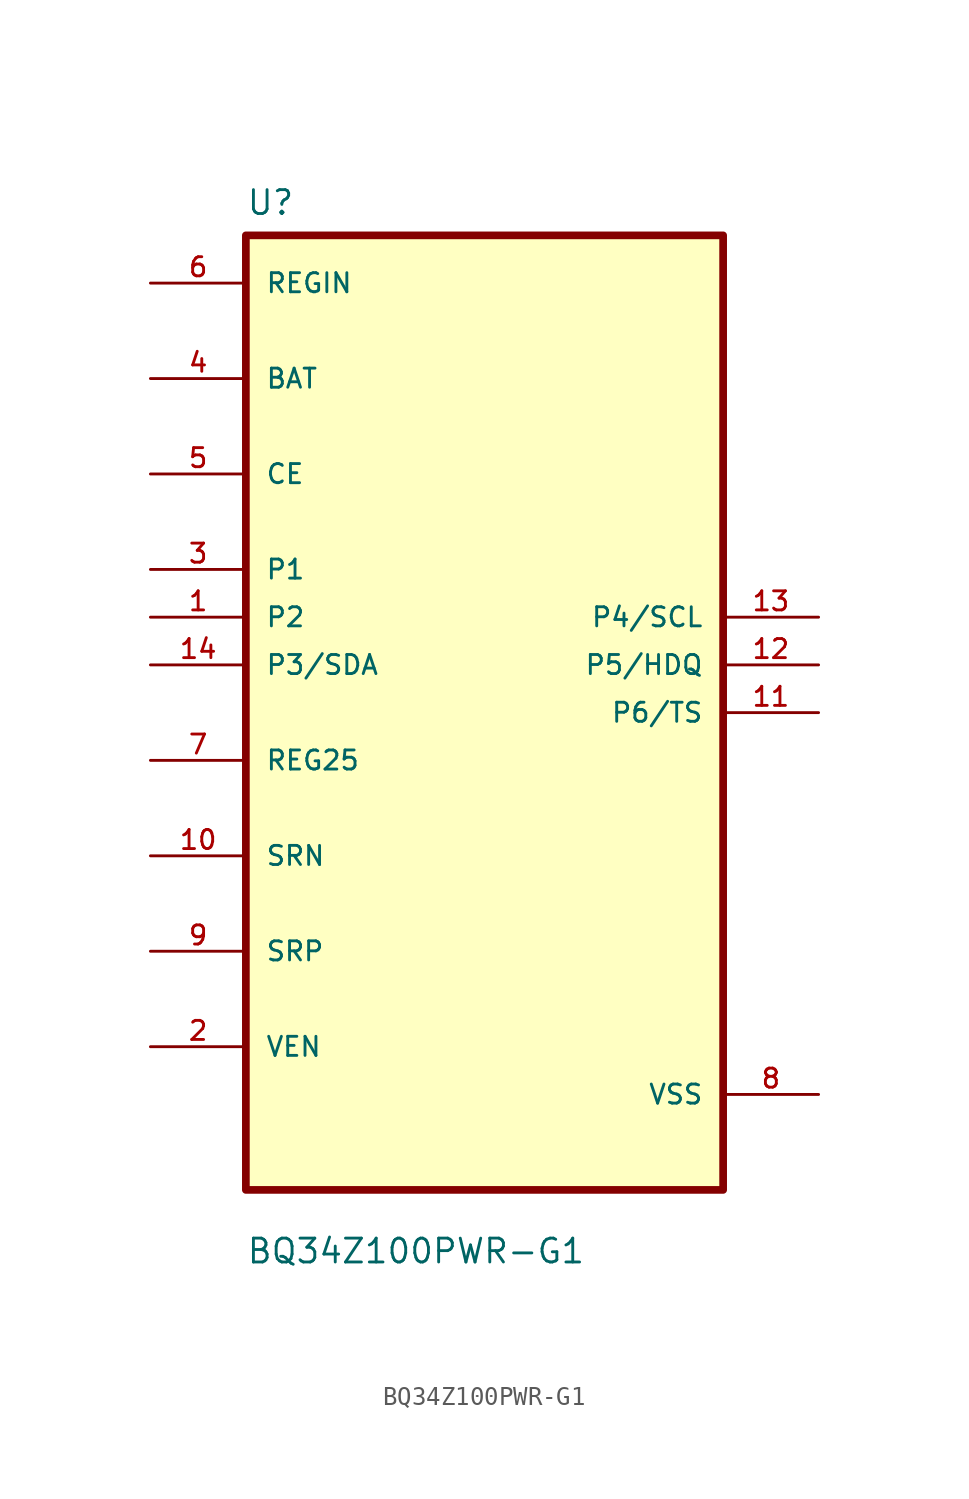
<source format=kicad_sym>
(kicad_symbol_lib
  (version 20211014)
  (generator kicad_symbol_editor)
  (symbol "BQ34Z100PWR-G1"
    (pin_names
      (offset 1.016))
    (property "Reference" "U"
      (at -12.7 26.4 0.0)
      (effects (font (size 1.27 1.27)) (justify bottom left)))
    (property "Value" "BQ34Z100PWR-G1"
      (at -12.7 -29.4 0.0)
      (effects (font (size 1.27 1.27)) (justify bottom left)))
    (symbol "BQ34Z100PWR-G1_0_0"
      (rectangle (start -12.7 -25.4) (end 12.7 25.4) (stroke (width 0.41)) (fill (type background)))
      (pin input line (at -17.78 22.86 0) (length 5.08) (name "REGIN" (effects (font (size 1.016 1.016)))) (number "6" (effects (font (size 1.016 1.016)))))
      (pin bidirectional line (at -17.78 17.78 0) (length 5.08) (name "BAT" (effects (font (size 1.016 1.016)))) (number "4" (effects (font (size 1.016 1.016)))))
      (pin bidirectional line (at -17.78 12.7 0) (length 5.08) (name "CE" (effects (font (size 1.016 1.016)))) (number "5" (effects (font (size 1.016 1.016)))))
      (pin bidirectional line (at -17.78 7.62 0) (length 5.08) (name "P1" (effects (font (size 1.016 1.016)))) (number "3" (effects (font (size 1.016 1.016)))))
      (pin bidirectional line (at -17.78 5.08 0) (length 5.08) (name "P2" (effects (font (size 1.016 1.016)))) (number "1" (effects (font (size 1.016 1.016)))))
      (pin bidirectional line (at -17.78 2.54 0) (length 5.08) (name "P3/SDA" (effects (font (size 1.016 1.016)))) (number "14" (effects (font (size 1.016 1.016)))))
      (pin bidirectional line (at -17.78 -2.54 0) (length 5.08) (name "REG25" (effects (font (size 1.016 1.016)))) (number "7" (effects (font (size 1.016 1.016)))))
      (pin bidirectional line (at -17.78 -7.62 0) (length 5.08) (name "SRN" (effects (font (size 1.016 1.016)))) (number "10" (effects (font (size 1.016 1.016)))))
      (pin bidirectional line (at -17.78 -12.7 0) (length 5.08) (name "SRP" (effects (font (size 1.016 1.016)))) (number "9" (effects (font (size 1.016 1.016)))))
      (pin bidirectional line (at -17.78 -17.78 0) (length 5.08) (name "VEN" (effects (font (size 1.016 1.016)))) (number "2" (effects (font (size 1.016 1.016)))))
      (pin bidirectional line (at 17.78 5.08 180.0) (length 5.08) (name "P4/SCL" (effects (font (size 1.016 1.016)))) (number "13" (effects (font (size 1.016 1.016)))))
      (pin bidirectional line (at 17.78 2.54 180.0) (length 5.08) (name "P5/HDQ" (effects (font (size 1.016 1.016)))) (number "12" (effects (font (size 1.016 1.016)))))
      (pin bidirectional line (at 17.78 1.77636e-15 180.0) (length 5.08) (name "P6/TS" (effects (font (size 1.016 1.016)))) (number "11" (effects (font (size 1.016 1.016)))))
      (pin power_in line (at 17.78 -20.32 180.0) (length 5.08) (name "VSS" (effects (font (size 1.016 1.016)))) (number "8" (effects (font (size 1.016 1.016))))))))
</source>
